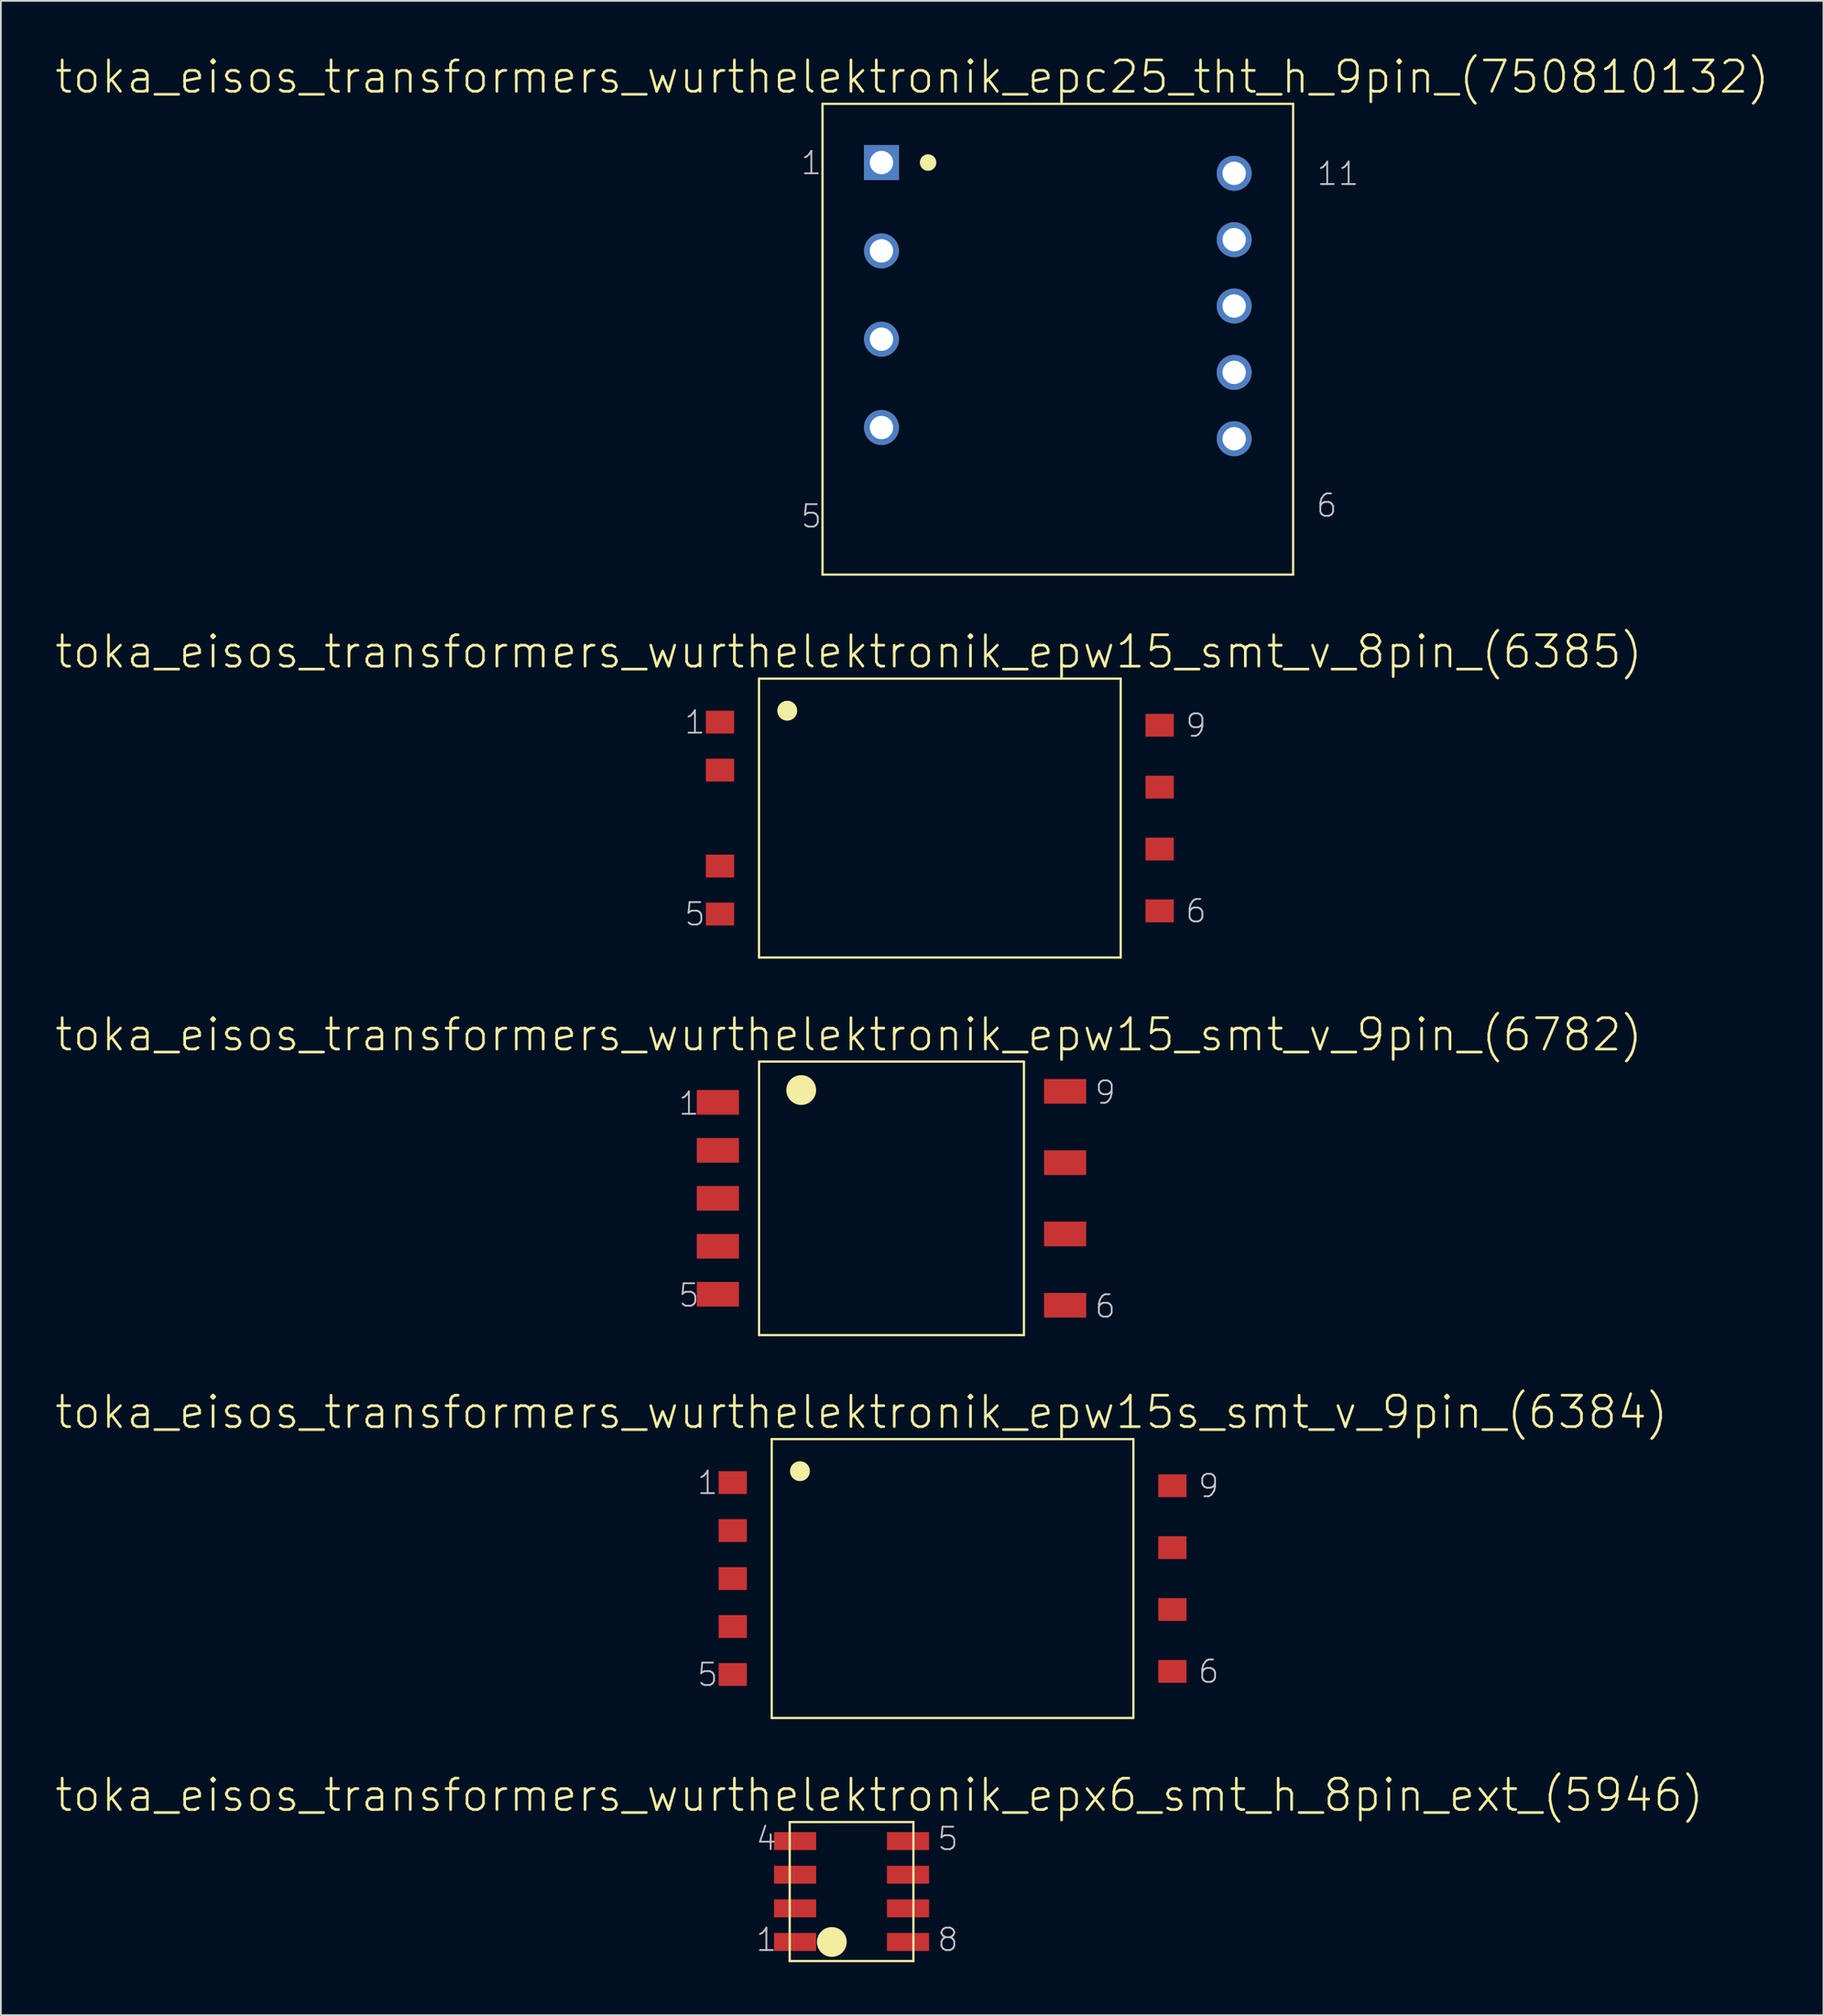
<source format=kicad_pcb>
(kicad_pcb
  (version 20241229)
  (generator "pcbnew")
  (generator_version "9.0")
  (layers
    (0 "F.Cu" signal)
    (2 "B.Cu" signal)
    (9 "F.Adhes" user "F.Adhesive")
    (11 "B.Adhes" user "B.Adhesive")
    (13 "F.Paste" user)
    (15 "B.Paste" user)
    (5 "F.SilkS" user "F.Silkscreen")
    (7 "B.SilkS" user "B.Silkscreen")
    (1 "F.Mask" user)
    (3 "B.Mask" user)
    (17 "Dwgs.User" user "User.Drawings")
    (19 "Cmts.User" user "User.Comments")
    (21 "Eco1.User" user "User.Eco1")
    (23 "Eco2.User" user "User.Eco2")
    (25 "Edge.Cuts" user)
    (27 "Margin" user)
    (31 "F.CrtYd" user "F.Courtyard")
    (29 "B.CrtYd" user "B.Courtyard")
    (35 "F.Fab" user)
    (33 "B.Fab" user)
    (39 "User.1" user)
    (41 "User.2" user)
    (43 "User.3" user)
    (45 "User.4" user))
  (footprint "toka_eisos_transformers_wurthelektronik_epx6_smt_h_8pin_ext_(5946)"
    (layer "F.Cu")
    (at 45.212 104.111)
    (property "Reference" "toka_eisos_transformers_wurthelektronik_epx6_smt_h_8pin_ext_(5946)" (at 1.575 -5.461 0) (layer "F.SilkS") (effects (font (size 1.778 1.778) (thickness 0.152))))
    (attr smd)
    (fp_line (start -3.505 -3.937) (end -3.505 3.937) (stroke (width 0.127) (type solid)) (layer "F.SilkS"))
    (fp_line (start -3.505 -3.937) (end 3.505 -3.937) (stroke (width 0.127) (type solid)) (layer "F.SilkS"))
    (fp_line (start -3.505 3.937) (end 3.505 3.937) (stroke (width 0.127) (type solid)) (layer "F.SilkS"))
    (fp_line (start 3.505 -3.937) (end 3.505 3.937) (stroke (width 0.127) (type solid)) (layer "F.SilkS"))
    (fp_circle (center -1.118 2.857) (end -1.714 3.454) (stroke (width 0) (type solid)) (fill yes) (layer "F.SilkS"))
    (fp_text user "8" (at 5.461 2.731 0) (layer "Dwgs.User") (effects (font (size 1.27 1.27) (thickness 0.102))))
    (fp_text user "5" (at 5.461 -2.985 0) (layer "Dwgs.User") (effects (font (size 1.27 1.27) (thickness 0.102))))
    (fp_text user "4" (at -4.826 -2.985 0) (layer "Dwgs.User") (effects (font (size 1.27 1.27) (thickness 0.102))))
    (fp_text user "1" (at -4.826 2.731 0) (layer "Dwgs.User") (effects (font (size 1.27 1.27) (thickness 0.102))))
    (pad "1" smd rect (at -3.2 2.857) (size 2.388 1.016) (layers "F.Cu" "F.Mask" "F.Paste"))
    (pad "2" smd rect (at -3.2 0.953) (size 2.388 1.016) (layers "F.Cu" "F.Mask" "F.Paste"))
    (pad "3" smd rect (at -3.2 -0.953) (size 2.388 1.016) (layers "F.Cu" "F.Mask" "F.Paste"))
    (pad "4" smd rect (at -3.2 -2.857) (size 2.388 1.016) (layers "F.Cu" "F.Mask" "F.Paste"))
    (pad "5" smd rect (at 3.2 -2.857) (size 2.388 1.016) (layers "F.Cu" "F.Mask" "F.Paste"))
    (pad "6" smd rect (at 3.2 -0.953) (size 2.388 1.016) (layers "F.Cu" "F.Mask" "F.Paste"))
    (pad "7" smd rect (at 3.2 0.953) (size 2.388 1.016) (layers "F.Cu" "F.Mask" "F.Paste"))
    (pad "8" smd rect (at 3.2 2.857) (size 2.388 1.016) (layers "F.Cu" "F.Mask" "F.Paste")))
  (footprint "toka_eisos_transformers_wurthelektronik_epw15_smt_v_8pin_(6385)"
    (layer "F.Cu")
    (at 50.217 43.296)
    (property "Reference" "toka_eisos_transformers_wurthelektronik_epw15_smt_v_8pin_(6385)" (at -5.166 -9.423 0) (layer "F.SilkS") (effects (font (size 1.778 1.778) (thickness 0.152))))
    (attr smd)
    (fp_line (start -10.249 -7.899) (end -10.249 7.899) (stroke (width 0.127) (type solid)) (layer "F.SilkS"))
    (fp_line (start -10.249 -7.899) (end 10.249 -7.899) (stroke (width 0.127) (type solid)) (layer "F.SilkS"))
    (fp_line (start -10.249 7.899) (end 10.249 7.899) (stroke (width 0.127) (type solid)) (layer "F.SilkS"))
    (fp_line (start 10.249 -7.899) (end 10.249 7.899) (stroke (width 0.127) (type solid)) (layer "F.SilkS"))
    (fp_circle (center -8.649 -6.083) (end -9.047 -6.482) (stroke (width 0) (type solid)) (fill yes) (layer "F.SilkS"))
    (fp_text user "6" (at 14.516 5.271 0) (layer "Dwgs.User") (effects (font (size 1.27 1.27) (thickness 0.102))))
    (fp_text user "1" (at -13.881 -5.423 0) (layer "Dwgs.User") (effects (font (size 1.27 1.27) (thickness 0.102))))
    (fp_text user "9" (at 14.516 -5.245 0) (layer "Dwgs.User") (effects (font (size 1.27 1.27) (thickness 0.102))))
    (fp_text user "5" (at -13.881 5.448 0) (layer "Dwgs.User") (effects (font (size 1.27 1.27) (thickness 0.102))))
    (pad "1" smd rect (at -12.459 -5.436) (size 1.6 1.293) (layers "F.Cu" "F.Mask" "F.Paste"))
    (pad "2" smd rect (at -12.459 -2.718) (size 1.6 1.293) (layers "F.Cu" "F.Mask" "F.Paste"))
    (pad "4" smd rect (at -12.459 2.718) (size 1.6 1.293) (layers "F.Cu" "F.Mask" "F.Paste"))
    (pad "5" smd rect (at -12.459 5.436) (size 1.6 1.293) (layers "F.Cu" "F.Mask" "F.Paste"))
    (pad "6" smd rect (at 12.459 5.258) (size 1.6 1.293) (layers "F.Cu" "F.Mask" "F.Paste"))
    (pad "7" smd rect (at 12.459 1.753) (size 1.6 1.293) (layers "F.Cu" "F.Mask" "F.Paste"))
    (pad "8" smd rect (at 12.459 -1.753) (size 1.6 1.293) (layers "F.Cu" "F.Mask" "F.Paste"))
    (pad "9" smd rect (at 12.459 -5.258) (size 1.6 1.293) (layers "F.Cu" "F.Mask" "F.Paste")))
  (footprint "toka_eisos_transformers_wurthelektronik_epc25_tht_h_9pin_(750810132)"
    (layer "F.Cu")
    (at 56.904 16.167)
    (property "Reference" "toka_eisos_transformers_wurthelektronik_epc25_tht_h_9pin_(750810132)" (at -8.255 -14.859 0) (layer "F.SilkS") (effects (font (size 1.778 1.778) (thickness 0.152))))
    (attr exclude_from_pos_files exclude_from_bom)
    (fp_line (start -13.335 -13.335) (end -13.335 13.335) (stroke (width 0.127) (type solid)) (layer "F.SilkS"))
    (fp_line (start -13.335 -13.335) (end 13.335 -13.335) (stroke (width 0.127) (type solid)) (layer "F.SilkS"))
    (fp_line (start -13.335 13.335) (end 13.335 13.335) (stroke (width 0.127) (type solid)) (layer "F.SilkS"))
    (fp_line (start 13.335 -13.335) (end 13.335 13.335) (stroke (width 0.127) (type solid)) (layer "F.SilkS"))
    (fp_circle (center -7.353 -10.008) (end -7.684 -10.338) (stroke (width 0) (type solid)) (fill yes) (layer "F.SilkS"))
    (fp_text user "11" (at 15.875 -9.373 0) (layer "Dwgs.User") (effects (font (size 1.27 1.27) (thickness 0.102))))
    (fp_text user "6" (at 15.24 9.423 0) (layer "Dwgs.User") (effects (font (size 1.27 1.27) (thickness 0.102))))
    (fp_text user "1" (at -13.97 -9.982 0) (layer "Dwgs.User") (effects (font (size 1.27 1.27) (thickness 0.102))))
    (fp_text user "5" (at -13.97 10.033 0) (layer "Dwgs.User") (effects (font (size 1.27 1.27) (thickness 0.102))))
    (pad "1" thru_hole rect (at -9.995 -10.008) (size 1.981 1.981) (drill 1.321) (layers "*.Cu" "*.Paste" "*.Mask"))
    (pad "2" thru_hole circle (at -9.995 -5.004) (size 1.981 1.981) (drill 1.321) (layers "*.Cu" "*.Paste" "*.Mask"))
    (pad "3" thru_hole circle (at -9.995 0) (size 1.981 1.981) (drill 1.321) (layers "*.Cu" "*.Paste" "*.Mask"))
    (pad "4" thru_hole circle (at -9.995 5.004) (size 1.981 1.981) (drill 1.321) (layers "*.Cu" "*.Paste" "*.Mask"))
    (pad "7" thru_hole circle (at 9.995 5.639) (size 1.981 1.981) (drill 1.321) (layers "*.Cu" "*.Paste" "*.Mask"))
    (pad "8" thru_hole circle (at 9.995 1.88) (size 1.981 1.981) (drill 1.321) (layers "*.Cu" "*.Paste" "*.Mask"))
    (pad "9" thru_hole circle (at 9.995 -1.88) (size 1.981 1.981) (drill 1.321) (layers "*.Cu" "*.Paste" "*.Mask"))
    (pad "10" thru_hole circle (at 9.995 -5.639) (size 1.981 1.981) (drill 1.321) (layers "*.Cu" "*.Paste" "*.Mask"))
    (pad "11" thru_hole circle (at 9.995 -9.398) (size 1.981 1.981) (drill 1.321) (layers "*.Cu" "*.Paste" "*.Mask")))
  (footprint "toka_eisos_transformers_wurthelektronik_epw15_smt_v_9pin_(6782)"
    (layer "F.Cu")
    (at 47.477 64.838)
    (property "Reference" "toka_eisos_transformers_wurthelektronik_epw15_smt_v_9pin_(6782)" (at -2.426 -9.271 0) (layer "F.SilkS") (effects (font (size 1.778 1.778) (thickness 0.152))))
    (attr smd)
    (fp_line (start -7.506 -7.747) (end -7.506 7.747) (stroke (width 0.127) (type solid)) (layer "F.SilkS"))
    (fp_line (start -7.506 -7.747) (end 7.506 -7.747) (stroke (width 0.127) (type solid)) (layer "F.SilkS"))
    (fp_line (start -7.506 7.747) (end 7.506 7.747) (stroke (width 0.127) (type solid)) (layer "F.SilkS"))
    (fp_line (start 7.506 -7.747) (end 7.506 7.747) (stroke (width 0.127) (type solid)) (layer "F.SilkS"))
    (fp_circle (center -5.118 -6.134) (end -5.715 -6.731) (stroke (width 0) (type solid)) (fill yes) (layer "F.SilkS"))
    (fp_text user "5" (at -11.481 5.499 0) (layer "Dwgs.User") (effects (font (size 1.27 1.27) (thickness 0.102))))
    (fp_text user "9" (at 12.116 -5.994 0) (layer "Dwgs.User") (effects (font (size 1.27 1.27) (thickness 0.102))))
    (fp_text user "1" (at -11.481 -5.372 0) (layer "Dwgs.User") (effects (font (size 1.27 1.27) (thickness 0.102))))
    (fp_text user "6" (at 12.116 6.121 0) (layer "Dwgs.User") (effects (font (size 1.27 1.27) (thickness 0.102))))
    (pad "1" smd rect (at -9.842 -5.436) (size 2.388 1.397) (layers "F.Cu" "F.Mask" "F.Paste"))
    (pad "2" smd rect (at -9.842 -2.718) (size 2.388 1.397) (layers "F.Cu" "F.Mask" "F.Paste"))
    (pad "3" smd rect (at -9.842 0) (size 2.388 1.397) (layers "F.Cu" "F.Mask" "F.Paste"))
    (pad "4" smd rect (at -9.842 2.718) (size 2.388 1.397) (layers "F.Cu" "F.Mask" "F.Paste"))
    (pad "5" smd rect (at -9.842 5.436) (size 2.388 1.397) (layers "F.Cu" "F.Mask" "F.Paste"))
    (pad "6" smd rect (at 9.842 6.058) (size 2.388 1.397) (layers "F.Cu" "F.Mask" "F.Paste"))
    (pad "7" smd rect (at 9.842 2.019) (size 2.388 1.397) (layers "F.Cu" "F.Mask" "F.Paste"))
    (pad "8" smd rect (at 9.842 -2.019) (size 2.388 1.397) (layers "F.Cu" "F.Mask" "F.Paste"))
    (pad "9" smd rect (at 9.842 -6.058) (size 2.388 1.397) (layers "F.Cu" "F.Mask" "F.Paste")))
  (footprint "toka_eisos_transformers_wurthelektronik_epw15s_smt_v_9pin_(6384)"
    (layer "F.Cu")
    (at 50.937 86.379)
    (property "Reference" "toka_eisos_transformers_wurthelektronik_epw15s_smt_v_9pin_(6384)" (at -5.166 -9.423 0) (layer "F.SilkS") (effects (font (size 1.778 1.778) (thickness 0.152))))
    (attr smd)
    (fp_line (start -10.249 -7.899) (end -10.249 7.899) (stroke (width 0.127) (type solid)) (layer "F.SilkS"))
    (fp_line (start -10.249 -7.899) (end 10.249 -7.899) (stroke (width 0.127) (type solid)) (layer "F.SilkS"))
    (fp_line (start -10.249 7.899) (end 10.249 7.899) (stroke (width 0.127) (type solid)) (layer "F.SilkS"))
    (fp_line (start 10.249 -7.899) (end 10.249 7.899) (stroke (width 0.127) (type solid)) (layer "F.SilkS"))
    (fp_circle (center -8.649 -6.083) (end -9.047 -6.482) (stroke (width 0) (type solid)) (fill yes) (layer "F.SilkS"))
    (fp_text user "1" (at -13.881 -5.423 0) (layer "Dwgs.User") (effects (font (size 1.27 1.27) (thickness 0.102))))
    (fp_text user "5" (at -13.881 5.448 0) (layer "Dwgs.User") (effects (font (size 1.27 1.27) (thickness 0.102))))
    (fp_text user "9" (at 14.516 -5.245 0) (layer "Dwgs.User") (effects (font (size 1.27 1.27) (thickness 0.102))))
    (fp_text user "6" (at 14.516 5.271 0) (layer "Dwgs.User") (effects (font (size 1.27 1.27) (thickness 0.102))))
    (pad "1" smd rect (at -12.459 -5.436) (size 1.6 1.293) (layers "F.Cu" "F.Mask" "F.Paste"))
    (pad "2" smd rect (at -12.459 -2.718) (size 1.6 1.293) (layers "F.Cu" "F.Mask" "F.Paste"))
    (pad "3" smd rect (at -12.459 0) (size 1.6 1.293) (layers "F.Cu" "F.Mask" "F.Paste"))
    (pad "4" smd rect (at -12.459 2.718) (size 1.6 1.293) (layers "F.Cu" "F.Mask" "F.Paste"))
    (pad "5" smd rect (at -12.459 5.436) (size 1.6 1.293) (layers "F.Cu" "F.Mask" "F.Paste"))
    (pad "6" smd rect (at 12.459 5.258) (size 1.6 1.293) (layers "F.Cu" "F.Mask" "F.Paste"))
    (pad "7" smd rect (at 12.459 1.753) (size 1.6 1.293) (layers "F.Cu" "F.Mask" "F.Paste"))
    (pad "8" smd rect (at 12.459 -1.753) (size 1.6 1.293) (layers "F.Cu" "F.Mask" "F.Paste"))
    (pad "9" smd rect (at 12.459 -5.258) (size 1.6 1.293) (layers "F.Cu" "F.Mask" "F.Paste")))
  (gr_rect
    (start -3 -3)
    (end 100.299 111.111)
    (stroke (width 0.1) (type default))
    (fill no)
    (layer "Edge.Cuts")))
</source>
